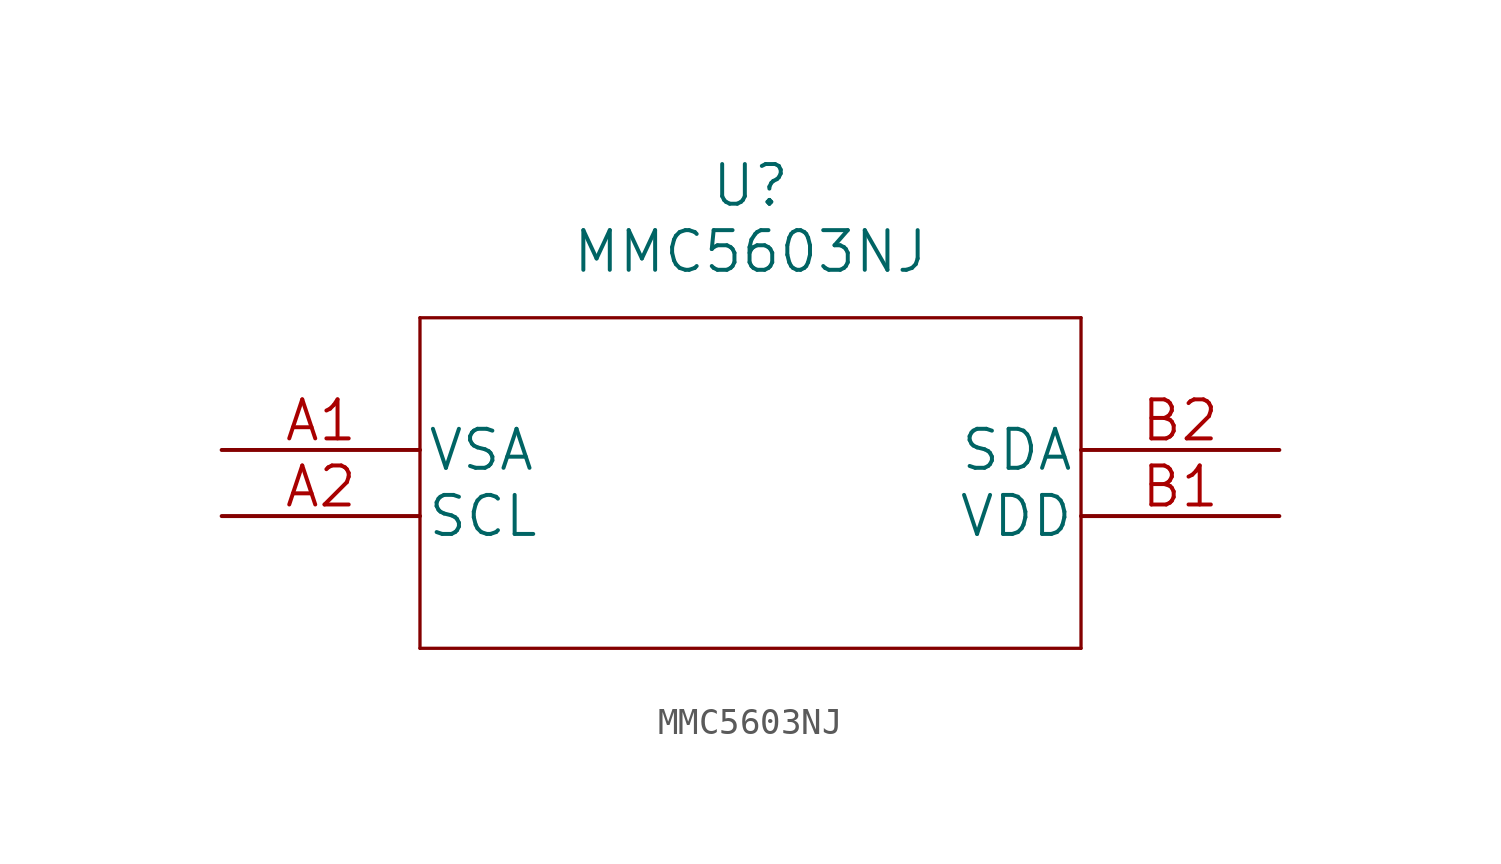
<source format=kicad_sym>
(kicad_symbol_lib
  (version 20211014)
  (generator kicad_symbol_editor)
  (symbol "MMC5603NJ"
    (pin_names
      (offset 0.254))
    (property "Reference" "U"
      (at 20.32 10.16 0)
      (effects (font (size 1.524 1.524))))
    (property "Value" "MMC5603NJ"
      (at 20.32 7.62 0)
      (effects (font (size 1.524 1.524))))
    (property "Datasheet" ""
      (at 0 0 0)
      (effects (font (size 1.524 1.524))))
    (symbol "MMC5603NJ_1_1"
      (polyline (pts (xy 7.62 -7.62) (xy 33.02 -7.62)) (stroke (width 0.127) (type default) (color 0 0 0 0)) (fill (type none)))
      (polyline (pts (xy 7.62 5.08) (xy 7.62 -7.62)) (stroke (width 0.127) (type default) (color 0 0 0 0)) (fill (type none)))
      (polyline (pts (xy 33.02 -7.62) (xy 33.02 5.08)) (stroke (width 0.127) (type default) (color 0 0 0 0)) (fill (type none)))
      (polyline (pts (xy 33.02 5.08) (xy 7.62 5.08)) (stroke (width 0.127) (type default) (color 0 0 0 0)) (fill (type none)))
      (pin power_in line (at 0 0 0) (length 7.62) (name "VSA" (effects (font (size 1.499 1.499)))) (number "A1" (effects (font (size 1.499 1.499)))))
      (pin input line (at 0 -2.54 0) (length 7.62) (name "SCL" (effects (font (size 1.499 1.499)))) (number "A2" (effects (font (size 1.499 1.499)))))
      (pin power_in line (at 40.64 -2.54 180) (length 7.62) (name "VDD" (effects (font (size 1.499 1.499)))) (number "B1" (effects (font (size 1.499 1.499)))))
      (pin bidirectional line (at 40.64 0 180) (length 7.62) (name "SDA" (effects (font (size 1.499 1.499)))) (number "B2" (effects (font (size 1.499 1.499))))))))
</source>
